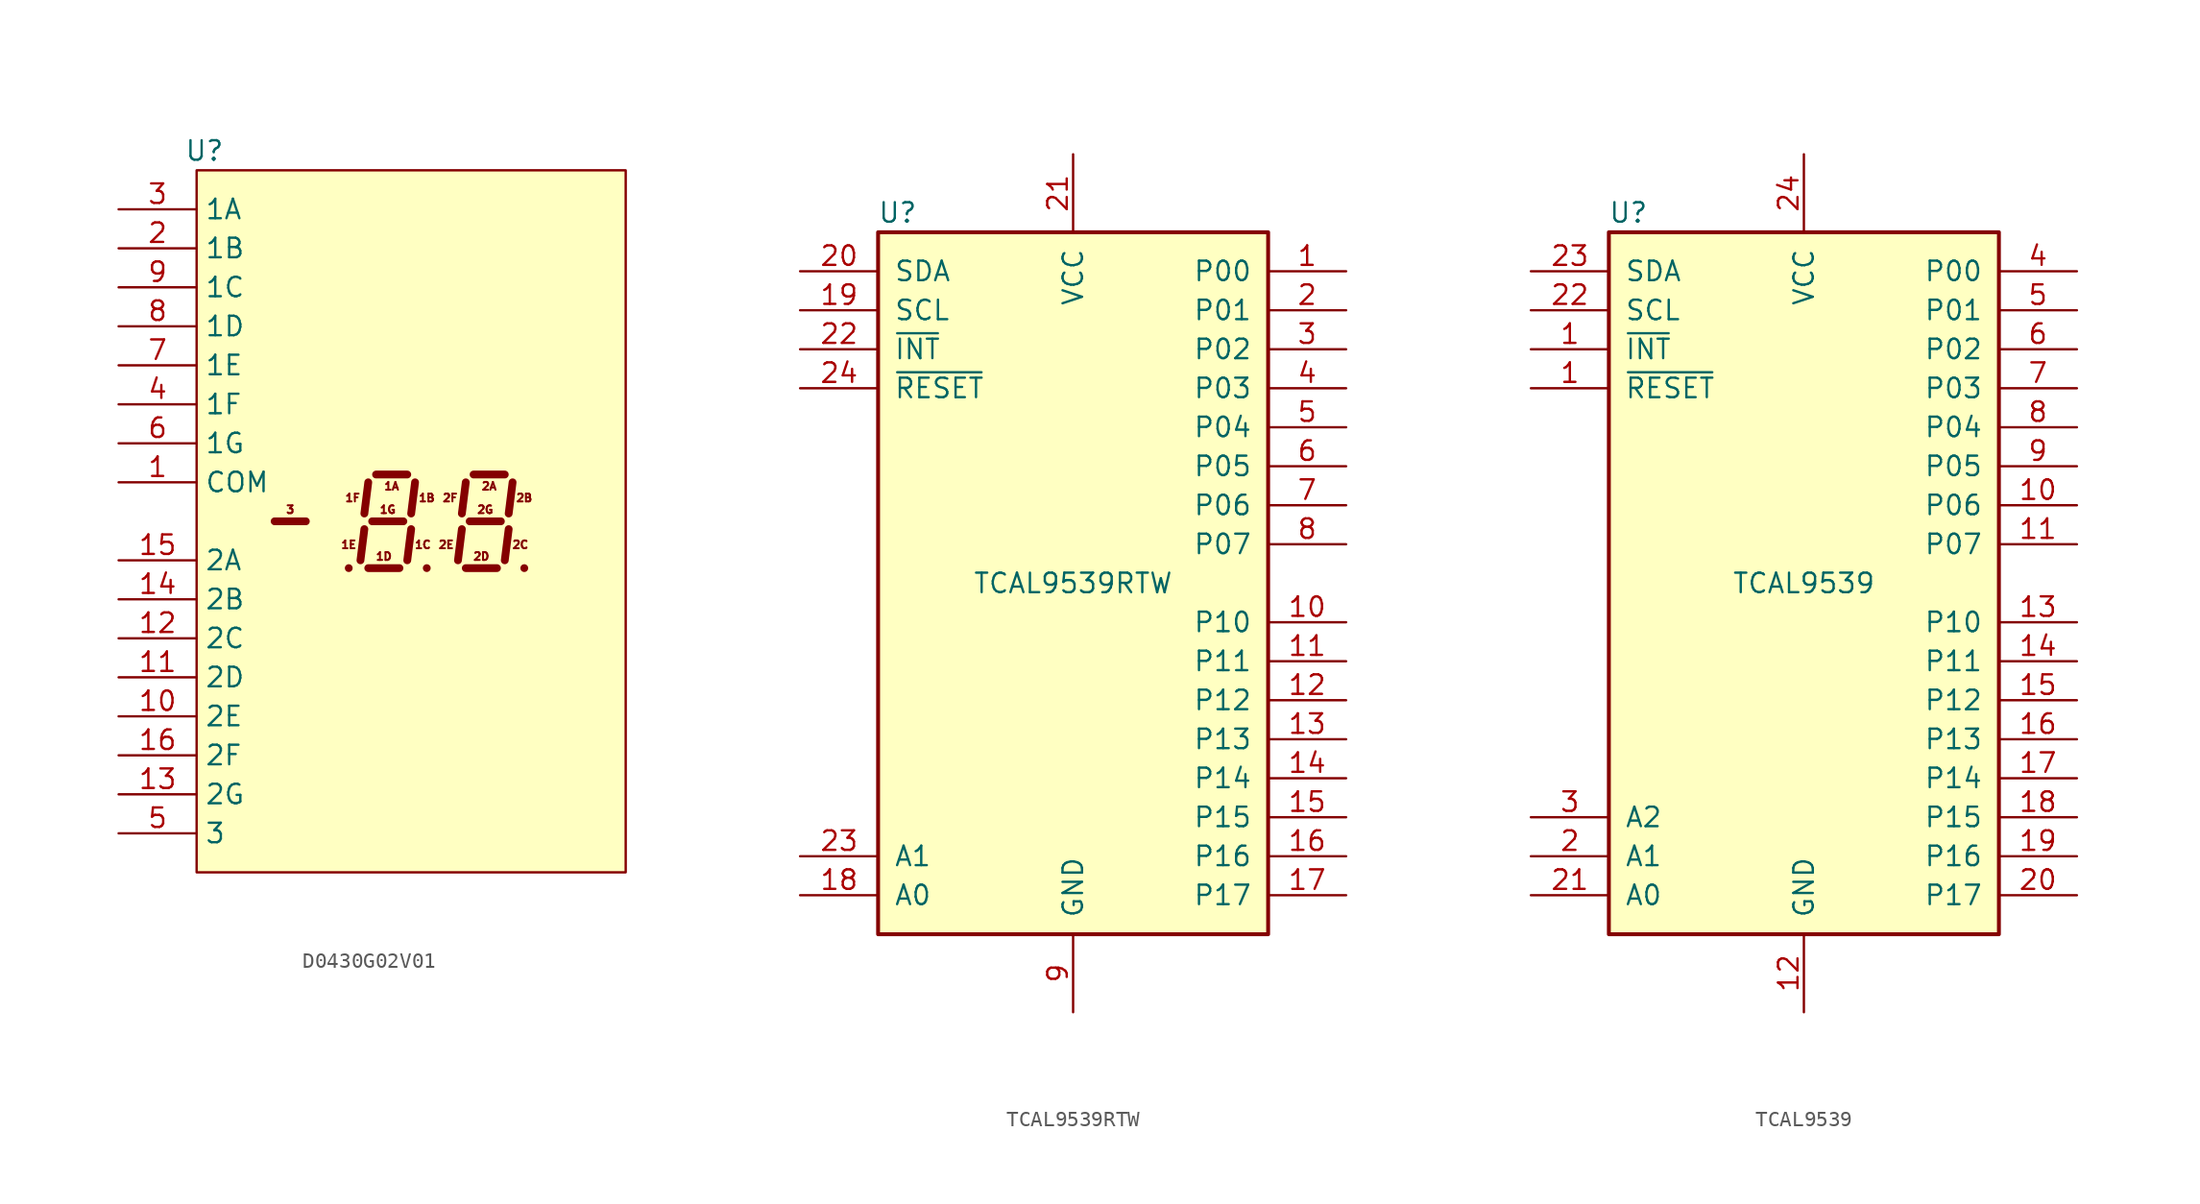
<source format=kicad_sym>
(kicad_symbol_lib
  (version 20231120)
  (generator "kicad_symbol_editor")
  (generator_version "8.0")
  (symbol "D0430G02V01"
    (property "Reference" "U"
      (at -13.462 11.43 0)
      (effects (font (size 1.27 1.27))))
    (property "Value" ""
      (at -0.254 -12.954 0)
      (effects (font (size 1.27 1.27))))
    (symbol "D0430G02V01_0_1"
      (polyline (pts (xy -8.89 -12.7) (xy -6.858 -12.7)) (stroke (width 0.508) (type default)) (fill (type none)))
      (polyline (pts (xy -4.064 -15.748) (xy -4.064 -15.748)) (stroke (width 0.508) (type default)) (fill (type none)))
      (polyline (pts (xy -3.048 -13.208) (xy -3.302 -15.24)) (stroke (width 0.508) (type default)) (fill (type none)))
      (polyline (pts (xy -2.794 -15.748) (xy -0.762 -15.748)) (stroke (width 0.508) (type default)) (fill (type none)))
      (polyline (pts (xy -2.794 -10.16) (xy -3.048 -12.192)) (stroke (width 0.508) (type default)) (fill (type none)))
      (polyline (pts (xy -2.54 -12.7) (xy -0.508 -12.7)) (stroke (width 0.508) (type default)) (fill (type none)))
      (polyline (pts (xy -2.286 -9.652) (xy -0.254 -9.652)) (stroke (width 0.508) (type default)) (fill (type none)))
      (polyline (pts (xy 0 -13.208) (xy -0.254 -15.24)) (stroke (width 0.508) (type default)) (fill (type none)))
      (polyline (pts (xy 0.254 -10.16) (xy 0 -12.192)) (stroke (width 0.508) (type default)) (fill (type none)))
      (polyline (pts (xy 1.016 -15.748) (xy 1.016 -15.748)) (stroke (width 0.508) (type default)) (fill (type none)))
      (polyline (pts (xy 3.302 -13.208) (xy 3.048 -15.24)) (stroke (width 0.508) (type default)) (fill (type none)))
      (polyline (pts (xy 3.556 -15.748) (xy 5.588 -15.748)) (stroke (width 0.508) (type default)) (fill (type none)))
      (polyline (pts (xy 3.556 -10.16) (xy 3.302 -12.192)) (stroke (width 0.508) (type default)) (fill (type none)))
      (polyline (pts (xy 3.81 -12.7) (xy 5.842 -12.7)) (stroke (width 0.508) (type default)) (fill (type none)))
      (polyline (pts (xy 4.064 -9.652) (xy 6.096 -9.652)) (stroke (width 0.508) (type default)) (fill (type none)))
      (polyline (pts (xy 6.35 -13.208) (xy 6.096 -15.24)) (stroke (width 0.508) (type default)) (fill (type none)))
      (polyline (pts (xy 6.604 -10.16) (xy 6.35 -12.192)) (stroke (width 0.508) (type default)) (fill (type none)))
      (polyline (pts (xy 7.366 -15.748) (xy 7.366 -15.748)) (stroke (width 0.508) (type default)) (fill (type none))))
    (symbol "D0430G02V01_1_0"
      (text "1A" (at -1.27 -10.414 0) (effects (font (size 0.508 0.508))))
      (text "1B" (at 1.016 -11.176 0) (effects (font (size 0.508 0.508))))
      (text "1C" (at 0.762 -14.224 0) (effects (font (size 0.508 0.508))))
      (text "1D" (at -1.778 -14.986 0) (effects (font (size 0.508 0.508))))
      (text "1E" (at -4.064 -14.224 0) (effects (font (size 0.508 0.508))))
      (text "1F" (at -3.81 -11.176 0) (effects (font (size 0.508 0.508))))
      (text "1G" (at -1.524 -11.938 0) (effects (font (size 0.508 0.508))))
      (text "2A" (at 5.08 -10.414 0) (effects (font (size 0.508 0.508))))
      (text "2B" (at 7.366 -11.176 0) (effects (font (size 0.508 0.508))))
      (text "2C" (at 7.112 -14.224 0) (effects (font (size 0.508 0.508))))
      (text "2D" (at 4.572 -14.986 0) (effects (font (size 0.508 0.508))))
      (text "2E" (at 2.286 -14.224 0) (effects (font (size 0.508 0.508))))
      (text "2F" (at 2.54 -11.176 0) (effects (font (size 0.508 0.508))))
      (text "2G" (at 4.826 -11.938 0) (effects (font (size 0.508 0.508))))
      (text "3" (at -7.874 -11.938 0) (effects (font (size 0.508 0.508)))))
    (symbol "D0430G02V01_1_1"
      (rectangle (start -13.97 10.16) (end 13.97 -35.56) (stroke (width 0) (type default)) (fill (type background)))
      (pin input line (at -19.05 -10.16 0) (length 5.08) (name "COM" (effects (font (size 1.27 1.27)))) (number "1" (effects (font (size 1.27 1.27)))))
      (pin input line (at -19.05 -25.4 0) (length 5.08) (name "2E" (effects (font (size 1.27 1.27)))) (number "10" (effects (font (size 1.27 1.27)))))
      (pin input line (at -19.05 -22.86 0) (length 5.08) (name "2D" (effects (font (size 1.27 1.27)))) (number "11" (effects (font (size 1.27 1.27)))))
      (pin input line (at -19.05 -20.32 0) (length 5.08) (name "2C" (effects (font (size 1.27 1.27)))) (number "12" (effects (font (size 1.27 1.27)))))
      (pin input line (at -19.05 -30.48 0) (length 5.08) (name "2G" (effects (font (size 1.27 1.27)))) (number "13" (effects (font (size 1.27 1.27)))))
      (pin input line (at -19.05 -17.78 0) (length 5.08) (name "2B" (effects (font (size 1.27 1.27)))) (number "14" (effects (font (size 1.27 1.27)))))
      (pin input line (at -19.05 -15.24 0) (length 5.08) (name "2A" (effects (font (size 1.27 1.27)))) (number "15" (effects (font (size 1.27 1.27)))))
      (pin input line (at -19.05 -27.94 0) (length 5.08) (name "2F" (effects (font (size 1.27 1.27)))) (number "16" (effects (font (size 1.27 1.27)))))
      (pin input line (at -19.05 5.08 0) (length 5.08) (name "1B" (effects (font (size 1.27 1.27)))) (number "2" (effects (font (size 1.27 1.27)))))
      (pin input line (at -19.05 7.62 0) (length 5.08) (name "1A" (effects (font (size 1.27 1.27)))) (number "3" (effects (font (size 1.27 1.27)))))
      (pin input line (at -19.05 -5.08 0) (length 5.08) (name "1F" (effects (font (size 1.27 1.27)))) (number "4" (effects (font (size 1.27 1.27)))))
      (pin input line (at -19.05 -33.02 0) (length 5.08) (name "3" (effects (font (size 1.27 1.27)))) (number "5" (effects (font (size 1.27 1.27)))))
      (pin input line (at -19.05 -7.62 0) (length 5.08) (name "1G" (effects (font (size 1.27 1.27)))) (number "6" (effects (font (size 1.27 1.27)))))
      (pin input line (at -19.05 -2.54 0) (length 5.08) (name "1E" (effects (font (size 1.27 1.27)))) (number "7" (effects (font (size 1.27 1.27)))))
      (pin input line (at -19.05 0 0) (length 5.08) (name "1D" (effects (font (size 1.27 1.27)))) (number "8" (effects (font (size 1.27 1.27)))))
      (pin input line (at -19.05 2.54 0) (length 5.08) (name "1C" (effects (font (size 1.27 1.27)))) (number "9" (effects (font (size 1.27 1.27)))))))
  (symbol "TCAL9539RTW"
    (pin_names
      (offset 1.016))
    (property "Reference" "U"
      (at -11.43 24.13 0)
      (effects (font (size 1.27 1.27))))
    (property "Value" "TCAL9539RTW"
      (at 0 0 0)
      (effects (font (size 1.27 1.27))))
    (symbol "TCAL9539RTW_0_1"
      (rectangle (start -12.7 22.86) (end 12.7 -22.86) (stroke (width 0.254) (type default)) (fill (type background))))
    (symbol "TCAL9539RTW_1_1"
      (pin bidirectional line (at 17.78 20.32 180) (length 5.08) (name "P00" (effects (font (size 1.27 1.27)))) (number "1" (effects (font (size 1.27 1.27)))))
      (pin bidirectional line (at 17.78 -2.54 180) (length 5.08) (name "P10" (effects (font (size 1.27 1.27)))) (number "10" (effects (font (size 1.27 1.27)))))
      (pin bidirectional line (at 17.78 -5.08 180) (length 5.08) (name "P11" (effects (font (size 1.27 1.27)))) (number "11" (effects (font (size 1.27 1.27)))))
      (pin bidirectional line (at 17.78 -7.62 180) (length 5.08) (name "P12" (effects (font (size 1.27 1.27)))) (number "12" (effects (font (size 1.27 1.27)))))
      (pin bidirectional line (at 17.78 -10.16 180) (length 5.08) (name "P13" (effects (font (size 1.27 1.27)))) (number "13" (effects (font (size 1.27 1.27)))))
      (pin bidirectional line (at 17.78 -12.7 180) (length 5.08) (name "P14" (effects (font (size 1.27 1.27)))) (number "14" (effects (font (size 1.27 1.27)))))
      (pin bidirectional line (at 17.78 -15.24 180) (length 5.08) (name "P15" (effects (font (size 1.27 1.27)))) (number "15" (effects (font (size 1.27 1.27)))))
      (pin bidirectional line (at 17.78 -17.78 180) (length 5.08) (name "P16" (effects (font (size 1.27 1.27)))) (number "16" (effects (font (size 1.27 1.27)))))
      (pin bidirectional line (at 17.78 -20.32 180) (length 5.08) (name "P17" (effects (font (size 1.27 1.27)))) (number "17" (effects (font (size 1.27 1.27)))))
      (pin input line (at -17.78 -20.32 0) (length 5.08) (name "A0" (effects (font (size 1.27 1.27)))) (number "18" (effects (font (size 1.27 1.27)))))
      (pin input line (at -17.78 17.78 0) (length 5.08) (name "SCL" (effects (font (size 1.27 1.27)))) (number "19" (effects (font (size 1.27 1.27)))))
      (pin bidirectional line (at 17.78 17.78 180) (length 5.08) (name "P01" (effects (font (size 1.27 1.27)))) (number "2" (effects (font (size 1.27 1.27)))))
      (pin bidirectional line (at -17.78 20.32 0) (length 5.08) (name "SDA" (effects (font (size 1.27 1.27)))) (number "20" (effects (font (size 1.27 1.27)))))
      (pin power_in line (at 0 27.94 270) (length 5.08) (name "VCC" (effects (font (size 1.27 1.27)))) (number "21" (effects (font (size 1.27 1.27)))))
      (pin output line (at -17.78 15.24 0) (length 5.08) (name "~{INT}" (effects (font (size 1.27 1.27)))) (number "22" (effects (font (size 1.27 1.27)))))
      (pin input line (at -17.78 -17.78 0) (length 5.08) (name "A1" (effects (font (size 1.27 1.27)))) (number "23" (effects (font (size 1.27 1.27)))))
      (pin input line (at -17.78 12.7 0) (length 5.08) (name "~{RESET}" (effects (font (size 1.27 1.27)))) (number "24" (effects (font (size 1.27 1.27)))))
      (pin bidirectional line (at 17.78 15.24 180) (length 5.08) (name "P02" (effects (font (size 1.27 1.27)))) (number "3" (effects (font (size 1.27 1.27)))))
      (pin bidirectional line (at 17.78 12.7 180) (length 5.08) (name "P03" (effects (font (size 1.27 1.27)))) (number "4" (effects (font (size 1.27 1.27)))))
      (pin bidirectional line (at 17.78 10.16 180) (length 5.08) (name "P04" (effects (font (size 1.27 1.27)))) (number "5" (effects (font (size 1.27 1.27)))))
      (pin bidirectional line (at 17.78 7.62 180) (length 5.08) (name "P05" (effects (font (size 1.27 1.27)))) (number "6" (effects (font (size 1.27 1.27)))))
      (pin bidirectional line (at 17.78 5.08 180) (length 5.08) (name "P06" (effects (font (size 1.27 1.27)))) (number "7" (effects (font (size 1.27 1.27)))))
      (pin bidirectional line (at 17.78 2.54 180) (length 5.08) (name "P07" (effects (font (size 1.27 1.27)))) (number "8" (effects (font (size 1.27 1.27)))))
      (pin power_in line (at 0 -27.94 90) (length 5.08) (name "GND" (effects (font (size 1.27 1.27)))) (number "9" (effects (font (size 1.27 1.27)))))))
  (symbol "TCAL9539"
    (pin_names
      (offset 1.016))
    (property "Reference" "U"
      (at -11.43 24.13 0)
      (effects (font (size 1.27 1.27))))
    (property "Value" "TCAL9539"
      (at 0 0 0)
      (effects (font (size 1.27 1.27))))
    (symbol "TCAL9539_0_1"
      (rectangle (start -12.7 22.86) (end 12.7 -22.86) (stroke (width 0.254) (type default)) (fill (type background))))
    (symbol "TCAL9539_1_1"
      (pin open_collector line (at -17.78 15.24 0) (length 5.08) (name "~{INT}" (effects (font (size 1.27 1.27)))) (number "1" (effects (font (size 1.27 1.27)))))
      (pin open_collector line (at -17.78 12.7 0) (length 5.08) (name "~{RESET}" (effects (font (size 1.27 1.27)))) (number "1" (effects (font (size 1.27 1.27)))))
      (pin bidirectional line (at 17.78 5.08 180) (length 5.08) (name "P06" (effects (font (size 1.27 1.27)))) (number "10" (effects (font (size 1.27 1.27)))))
      (pin bidirectional line (at 17.78 2.54 180) (length 5.08) (name "P07" (effects (font (size 1.27 1.27)))) (number "11" (effects (font (size 1.27 1.27)))))
      (pin power_in line (at 0 -27.94 90) (length 5.08) (name "GND" (effects (font (size 1.27 1.27)))) (number "12" (effects (font (size 1.27 1.27)))))
      (pin bidirectional line (at 17.78 -2.54 180) (length 5.08) (name "P10" (effects (font (size 1.27 1.27)))) (number "13" (effects (font (size 1.27 1.27)))))
      (pin bidirectional line (at 17.78 -5.08 180) (length 5.08) (name "P11" (effects (font (size 1.27 1.27)))) (number "14" (effects (font (size 1.27 1.27)))))
      (pin bidirectional line (at 17.78 -7.62 180) (length 5.08) (name "P12" (effects (font (size 1.27 1.27)))) (number "15" (effects (font (size 1.27 1.27)))))
      (pin bidirectional line (at 17.78 -10.16 180) (length 5.08) (name "P13" (effects (font (size 1.27 1.27)))) (number "16" (effects (font (size 1.27 1.27)))))
      (pin bidirectional line (at 17.78 -12.7 180) (length 5.08) (name "P14" (effects (font (size 1.27 1.27)))) (number "17" (effects (font (size 1.27 1.27)))))
      (pin bidirectional line (at 17.78 -15.24 180) (length 5.08) (name "P15" (effects (font (size 1.27 1.27)))) (number "18" (effects (font (size 1.27 1.27)))))
      (pin bidirectional line (at 17.78 -17.78 180) (length 5.08) (name "P16" (effects (font (size 1.27 1.27)))) (number "19" (effects (font (size 1.27 1.27)))))
      (pin input line (at -17.78 -17.78 0) (length 5.08) (name "A1" (effects (font (size 1.27 1.27)))) (number "2" (effects (font (size 1.27 1.27)))))
      (pin bidirectional line (at 17.78 -20.32 180) (length 5.08) (name "P17" (effects (font (size 1.27 1.27)))) (number "20" (effects (font (size 1.27 1.27)))))
      (pin input line (at -17.78 -20.32 0) (length 5.08) (name "A0" (effects (font (size 1.27 1.27)))) (number "21" (effects (font (size 1.27 1.27)))))
      (pin input line (at -17.78 17.78 0) (length 5.08) (name "SCL" (effects (font (size 1.27 1.27)))) (number "22" (effects (font (size 1.27 1.27)))))
      (pin bidirectional line (at -17.78 20.32 0) (length 5.08) (name "SDA" (effects (font (size 1.27 1.27)))) (number "23" (effects (font (size 1.27 1.27)))))
      (pin power_in line (at 0 27.94 270) (length 5.08) (name "VCC" (effects (font (size 1.27 1.27)))) (number "24" (effects (font (size 1.27 1.27)))))
      (pin input line (at -17.78 -15.24 0) (length 5.08) (name "A2" (effects (font (size 1.27 1.27)))) (number "3" (effects (font (size 1.27 1.27)))))
      (pin bidirectional line (at 17.78 20.32 180) (length 5.08) (name "P00" (effects (font (size 1.27 1.27)))) (number "4" (effects (font (size 1.27 1.27)))))
      (pin bidirectional line (at 17.78 17.78 180) (length 5.08) (name "P01" (effects (font (size 1.27 1.27)))) (number "5" (effects (font (size 1.27 1.27)))))
      (pin bidirectional line (at 17.78 15.24 180) (length 5.08) (name "P02" (effects (font (size 1.27 1.27)))) (number "6" (effects (font (size 1.27 1.27)))))
      (pin bidirectional line (at 17.78 12.7 180) (length 5.08) (name "P03" (effects (font (size 1.27 1.27)))) (number "7" (effects (font (size 1.27 1.27)))))
      (pin bidirectional line (at 17.78 10.16 180) (length 5.08) (name "P04" (effects (font (size 1.27 1.27)))) (number "8" (effects (font (size 1.27 1.27)))))
      (pin bidirectional line (at 17.78 7.62 180) (length 5.08) (name "P05" (effects (font (size 1.27 1.27)))) (number "9" (effects (font (size 1.27 1.27))))))))
</source>
